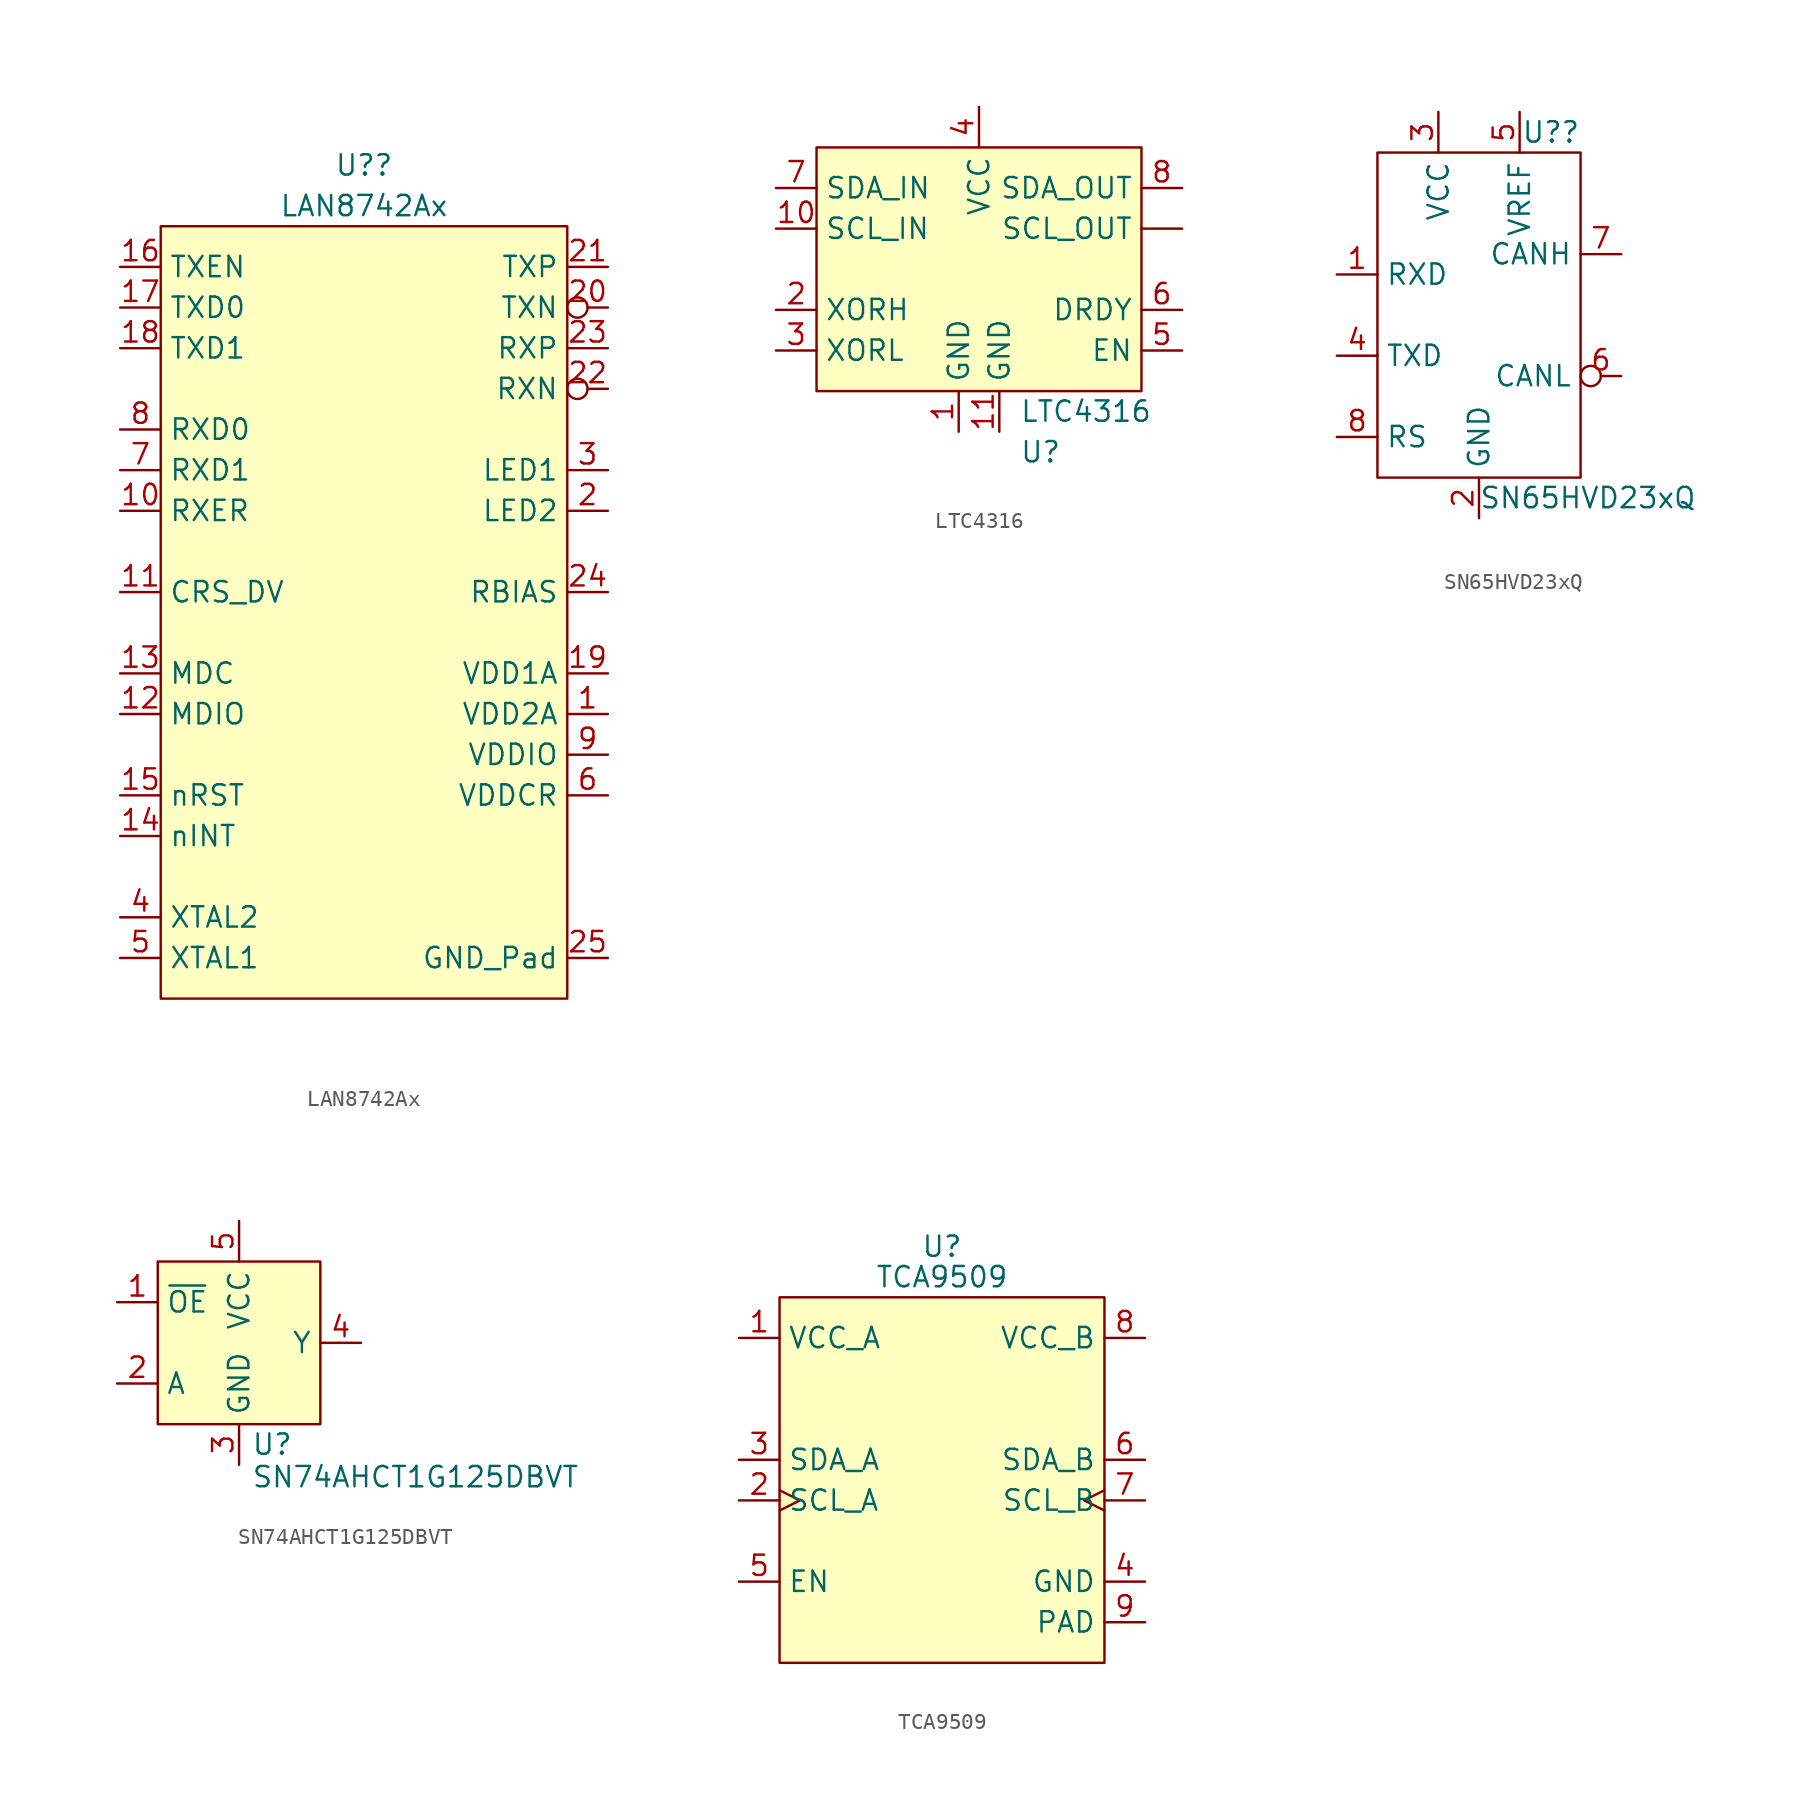
<source format=kicad_sym>
(kicad_symbol_lib
  (version 20241209)
  (generator "kicad_symbol_editor")
  (generator_version "9.0")
  (symbol "LAN8742Ax"
    (property "Reference" "U?"
      (at 0 27.94 0)
      (do_not_autoplace)
      (effects (font (size 1.27 1.27))))
    (property "Value" "LAN8742Ax"
      (at 0 25.4 0)
      (do_not_autoplace)
      (effects (font (size 1.27 1.27))))
    (symbol "LAN8742Ax_0_0"
      (pin output line (at -15.24 21.59 0) (length 2.54) (name "TXEN" (effects (font (size 1.27 1.27)))) (number "16" (effects (font (size 1.27 1.27)))))
      (pin output line (at -15.24 19.05 0) (length 2.54) (name "TXD0" (effects (font (size 1.27 1.27)))) (number "17" (effects (font (size 1.27 1.27)))))
      (pin output line (at -15.24 16.51 0) (length 2.54) (name "TXD1" (effects (font (size 1.27 1.27)))) (number "18" (effects (font (size 1.27 1.27)))))
      (pin input line (at -15.24 11.43 0) (length 2.54) (name "RXD0" (effects (font (size 1.27 1.27)))) (number "8" (effects (font (size 1.27 1.27)))))
      (pin input line (at -15.24 8.89 0) (length 2.54) (name "RXD1" (effects (font (size 1.27 1.27)))) (number "7" (effects (font (size 1.27 1.27)))))
      (pin input line (at -15.24 6.35 0) (length 2.54) (name "RXER" (effects (font (size 1.27 1.27)))) (number "10" (effects (font (size 1.27 1.27)))))
      (pin bidirectional line (at -15.24 1.27 0) (length 2.54) (name "CRS_DV" (effects (font (size 1.27 1.27)))) (number "11" (effects (font (size 1.27 1.27)))))
      (pin input line (at -15.24 -3.81 0) (length 2.54) (name "MDC" (effects (font (size 1.27 1.27)))) (number "13" (effects (font (size 1.27 1.27)))))
      (pin bidirectional line (at -15.24 -6.35 0) (length 2.54) (name "MDIO" (effects (font (size 1.27 1.27)))) (number "12" (effects (font (size 1.27 1.27)))))
      (pin input line (at -15.24 -11.43 0) (length 2.54) (name "nRST" (effects (font (size 1.27 1.27)))) (number "15" (effects (font (size 1.27 1.27)))))
      (pin input line (at -15.24 -13.97 0) (length 2.54) (name "nINT" (effects (font (size 1.27 1.27)))) (number "14" (effects (font (size 1.27 1.27)))))
      (pin input line (at -15.24 -19.05 0) (length 2.54) (name "XTAL2" (effects (font (size 1.27 1.27)))) (number "4" (effects (font (size 1.27 1.27)))))
      (pin output line (at -15.24 -21.59 0) (length 2.54) (name "XTAL1" (effects (font (size 1.27 1.27)))) (number "5" (effects (font (size 1.27 1.27)))))
      (pin output line (at 15.24 21.59 180) (length 2.54) (name "TXP" (effects (font (size 1.27 1.27)))) (number "21" (effects (font (size 1.27 1.27)))))
      (pin output inverted (at 15.24 19.05 180) (length 2.54) (name "TXN" (effects (font (size 1.27 1.27)))) (number "20" (effects (font (size 1.27 1.27)))))
      (pin input line (at 15.24 16.51 180) (length 2.54) (name "RXP" (effects (font (size 1.27 1.27)))) (number "23" (effects (font (size 1.27 1.27)))))
      (pin input inverted (at 15.24 13.97 180) (length 2.54) (name "RXN" (effects (font (size 1.27 1.27)))) (number "22" (effects (font (size 1.27 1.27)))))
      (pin output line (at 15.24 8.89 180) (length 2.54) (name "LED1" (effects (font (size 1.27 1.27)))) (number "3" (effects (font (size 1.27 1.27)))))
      (pin output line (at 15.24 6.35 180) (length 2.54) (name "LED2" (effects (font (size 1.27 1.27)))) (number "2" (effects (font (size 1.27 1.27)))))
      (pin input line (at 15.24 1.27 180) (length 2.54) (name "RBIAS" (effects (font (size 1.27 1.27)))) (number "24" (effects (font (size 1.27 1.27)))))
      (pin power_in line (at 15.24 -3.81 180) (length 2.54) (name "VDD1A" (effects (font (size 1.27 1.27)))) (number "19" (effects (font (size 1.27 1.27)))))
      (pin power_in line (at 15.24 -6.35 180) (length 2.54) (name "VDD2A" (effects (font (size 1.27 1.27)))) (number "1" (effects (font (size 1.27 1.27)))))
      (pin power_in line (at 15.24 -8.89 180) (length 2.54) (name "VDDIO" (effects (font (size 1.27 1.27)))) (number "9" (effects (font (size 1.27 1.27)))))
      (pin power_in line (at 15.24 -11.43 180) (length 2.54) (name "VDDCR" (effects (font (size 1.27 1.27)))) (number "6" (effects (font (size 1.27 1.27)))))
      (pin passive line (at 15.24 -21.59 180) (length 2.54) (name "GND_Pad" (effects (font (size 1.27 1.27)))) (number "25" (effects (font (size 1.27 1.27))))))
    (symbol "LAN8742Ax_1_1"
      (rectangle (start -12.7 24.13) (end 12.7 -24.13) (stroke (width 0) (type solid)) (fill (type background)))))
  (symbol "LTC4316"
    (property "Reference" "U"
      (at 2.54 -11.43 0)
      (effects (font (size 1.27 1.27)) (justify left)))
    (property "Value" "LTC4316"
      (at 2.54 -8.89 0)
      (effects (font (size 1.27 1.27)) (justify left)))
    (symbol "LTC4316_0_1"
      (rectangle (start -10.16 7.62) (end 10.16 -7.62) (stroke (width 0) (type default)) (fill (type background))))
    (symbol "LTC4316_1_1"
      (pin bidirectional line (at -12.7 5.08 0) (length 2.54) (name "SDA_IN" (effects (font (size 1.27 1.27)))) (number "7" (effects (font (size 1.27 1.27)))))
      (pin input line (at -12.7 2.54 0) (length 2.54) (name "SCL_IN" (effects (font (size 1.27 1.27)))) (number "10" (effects (font (size 1.27 1.27)))))
      (pin input line (at -12.7 -2.54 0) (length 2.54) (name "XORH" (effects (font (size 1.27 1.27)))) (number "2" (effects (font (size 1.27 1.27)))))
      (pin input line (at -12.7 -5.08 0) (length 2.54) (name "XORL" (effects (font (size 1.27 1.27)))) (number "3" (effects (font (size 1.27 1.27)))))
      (pin passive line (at -1.27 -10.16 90) (length 2.54) (name "GND" (effects (font (size 1.27 1.27)))) (number "1" (effects (font (size 1.27 1.27)))))
      (pin power_in line (at 0 10.16 270) (length 2.54) (name "VCC" (effects (font (size 1.27 1.27)))) (number "4" (effects (font (size 1.27 1.27)))))
      (pin passive line (at 1.27 -10.16 90) (length 2.54) (name "GND" (effects (font (size 1.27 1.27)))) (number "11" (effects (font (size 1.27 1.27)))))
      (pin bidirectional line (at 12.7 5.08 180) (length 2.54) (name "SDA_OUT" (effects (font (size 1.27 1.27)))) (number "8" (effects (font (size 1.27 1.27)))))
      (pin output line (at 12.7 2.54 180) (length 2.54) (name "SCL_OUT" (effects (font (size 1.27 1.27)))) (number "" (effects (font (size 1.27 1.27)))))
      (pin output line (at 12.7 -2.54 180) (length 2.54) (name "DRDY" (effects (font (size 1.27 1.27)))) (number "6" (effects (font (size 1.27 1.27)))))
      (pin input line (at 12.7 -5.08 180) (length 2.54) (name "EN" (effects (font (size 1.27 1.27)))) (number "5" (effects (font (size 1.27 1.27)))))))
  (symbol "SN65HVD23xQ"
    (property "Reference" "U?"
      (at 6.35 11.43 0)
      (do_not_autoplace)
      (effects (font (size 1.27 1.27)) (justify right)))
    (property "Value" "SN65HVD23xQ"
      (at 0 -11.43 0)
      (do_not_autoplace)
      (effects (font (size 1.27 1.27)) (justify left)))
    (symbol "SN65HVD23xQ_0_0"
      (pin input line (at -8.89 2.54 0) (length 2.54) (name "RXD" (effects (font (size 1.27 1.27)))) (number "1" (effects (font (size 1.27 1.27)))))
      (pin output line (at -8.89 -2.54 0) (length 2.54) (name "TXD" (effects (font (size 1.27 1.27)))) (number "4" (effects (font (size 1.27 1.27)))))
      (pin input line (at -8.89 -7.62 0) (length 2.54) (name "RS" (effects (font (size 1.27 1.27)))) (number "8" (effects (font (size 1.27 1.27)))))
      (pin power_in line (at -2.54 12.7 270) (length 2.54) (name "VCC" (effects (font (size 1.27 1.27)))) (number "3" (effects (font (size 1.27 1.27)))))
      (pin passive line (at 0 -12.7 90) (length 2.54) (name "GND" (effects (font (size 1.27 1.27)))) (number "2" (effects (font (size 1.27 1.27)))))
      (pin power_out line (at 2.54 12.7 270) (length 2.54) (name "VREF" (effects (font (size 1.27 1.27)))) (number "5" (effects (font (size 1.27 1.27)))))
      (pin bidirectional line (at 8.89 3.81 180) (length 2.54) (name "CANH" (effects (font (size 1.27 1.27)))) (number "7" (effects (font (size 1.27 1.27)))))
      (pin bidirectional inverted (at 8.89 -3.81 180) (length 2.54) (name "CANL" (effects (font (size 1.27 1.27)))) (number "6" (effects (font (size 1.27 1.27))))))
    (symbol "SN65HVD23xQ_0_1"
      (rectangle (start -6.35 10.16) (end 6.35 -10.16) (stroke (width 0) (type default)) (fill (type none)))))
  (symbol "SN74AHCT1G125DBVT"
    (property "Reference" "U"
      (at 0.762 -6.35 0)
      (effects (font (size 1.27 1.27)) (justify left)))
    (property "Value" "SN74AHCT1G125DBVT"
      (at 0.762 -8.382 0)
      (effects (font (size 1.27 1.27)) (justify left)))
    (symbol "SN74AHCT1G125DBVT_0_1"
      (rectangle (start -5.08 5.08) (end 5.08 -5.08) (stroke (width 0) (type default)) (fill (type background))))
    (symbol "SN74AHCT1G125DBVT_1_1"
      (pin input line (at -7.62 2.54 0) (length 2.54) (name "~{OE}" (effects (font (size 1.27 1.27)))) (number "1" (effects (font (size 1.27 1.27)))))
      (pin input line (at -7.62 -2.54 0) (length 2.54) (name "A" (effects (font (size 1.27 1.27)))) (number "2" (effects (font (size 1.27 1.27)))))
      (pin power_in line (at 0 7.62 270) (length 2.54) (name "VCC" (effects (font (size 1.27 1.27)))) (number "5" (effects (font (size 1.27 1.27)))))
      (pin passive line (at 0 -7.62 90) (length 2.54) (name "GND" (effects (font (size 1.27 1.27)))) (number "3" (effects (font (size 1.27 1.27)))))
      (pin output line (at 7.62 0 180) (length 2.54) (name "Y" (effects (font (size 1.27 1.27)))) (number "4" (effects (font (size 1.27 1.27)))))))
  (symbol "TCA9509"
    (property "Reference" "U"
      (at 0 14.605 0)
      (do_not_autoplace)
      (effects (font (size 1.27 1.27))))
    (property "Value" "TCA9509"
      (at 0 12.7 0)
      (do_not_autoplace)
      (effects (font (size 1.27 1.27))))
    (symbol "TCA9509_0_0"
      (pin power_in line (at -12.7 8.89 0) (length 2.54) (name "VCC_A" (effects (font (size 1.27 1.27)))) (number "1" (effects (font (size 1.27 1.27)))))
      (pin bidirectional line (at -12.7 1.27 0) (length 2.54) (name "SDA_A" (effects (font (size 1.27 1.27)))) (number "3" (effects (font (size 1.27 1.27)))))
      (pin bidirectional clock (at -12.7 -1.27 0) (length 2.54) (name "SCL_A" (effects (font (size 1.27 1.27)))) (number "2" (effects (font (size 1.27 1.27)))))
      (pin input line (at -12.7 -6.35 0) (length 2.54) (name "EN" (effects (font (size 1.27 1.27)))) (number "5" (effects (font (size 1.27 1.27)))))
      (pin power_in line (at 12.7 8.89 180) (length 2.54) (name "VCC_B" (effects (font (size 1.27 1.27)))) (number "8" (effects (font (size 1.27 1.27)))))
      (pin bidirectional line (at 12.7 1.27 180) (length 2.54) (name "SDA_B" (effects (font (size 1.27 1.27)))) (number "6" (effects (font (size 1.27 1.27)))))
      (pin bidirectional clock (at 12.7 -1.27 180) (length 2.54) (name "SCL_B" (effects (font (size 1.27 1.27)))) (number "7" (effects (font (size 1.27 1.27)))))
      (pin passive line (at 12.7 -6.35 180) (length 2.54) (name "GND" (effects (font (size 1.27 1.27)))) (number "4" (effects (font (size 1.27 1.27)))))
      (pin unspecified line (at 12.7 -8.89 180) (length 2.54) (name "PAD" (effects (font (size 1.27 1.27)))) (number "9" (effects (font (size 1.27 1.27))))))
    (symbol "TCA9509_1_1"
      (rectangle (start -10.16 11.43) (end 10.16 -11.43) (stroke (width 0) (type default)) (fill (type background))))))
</source>
